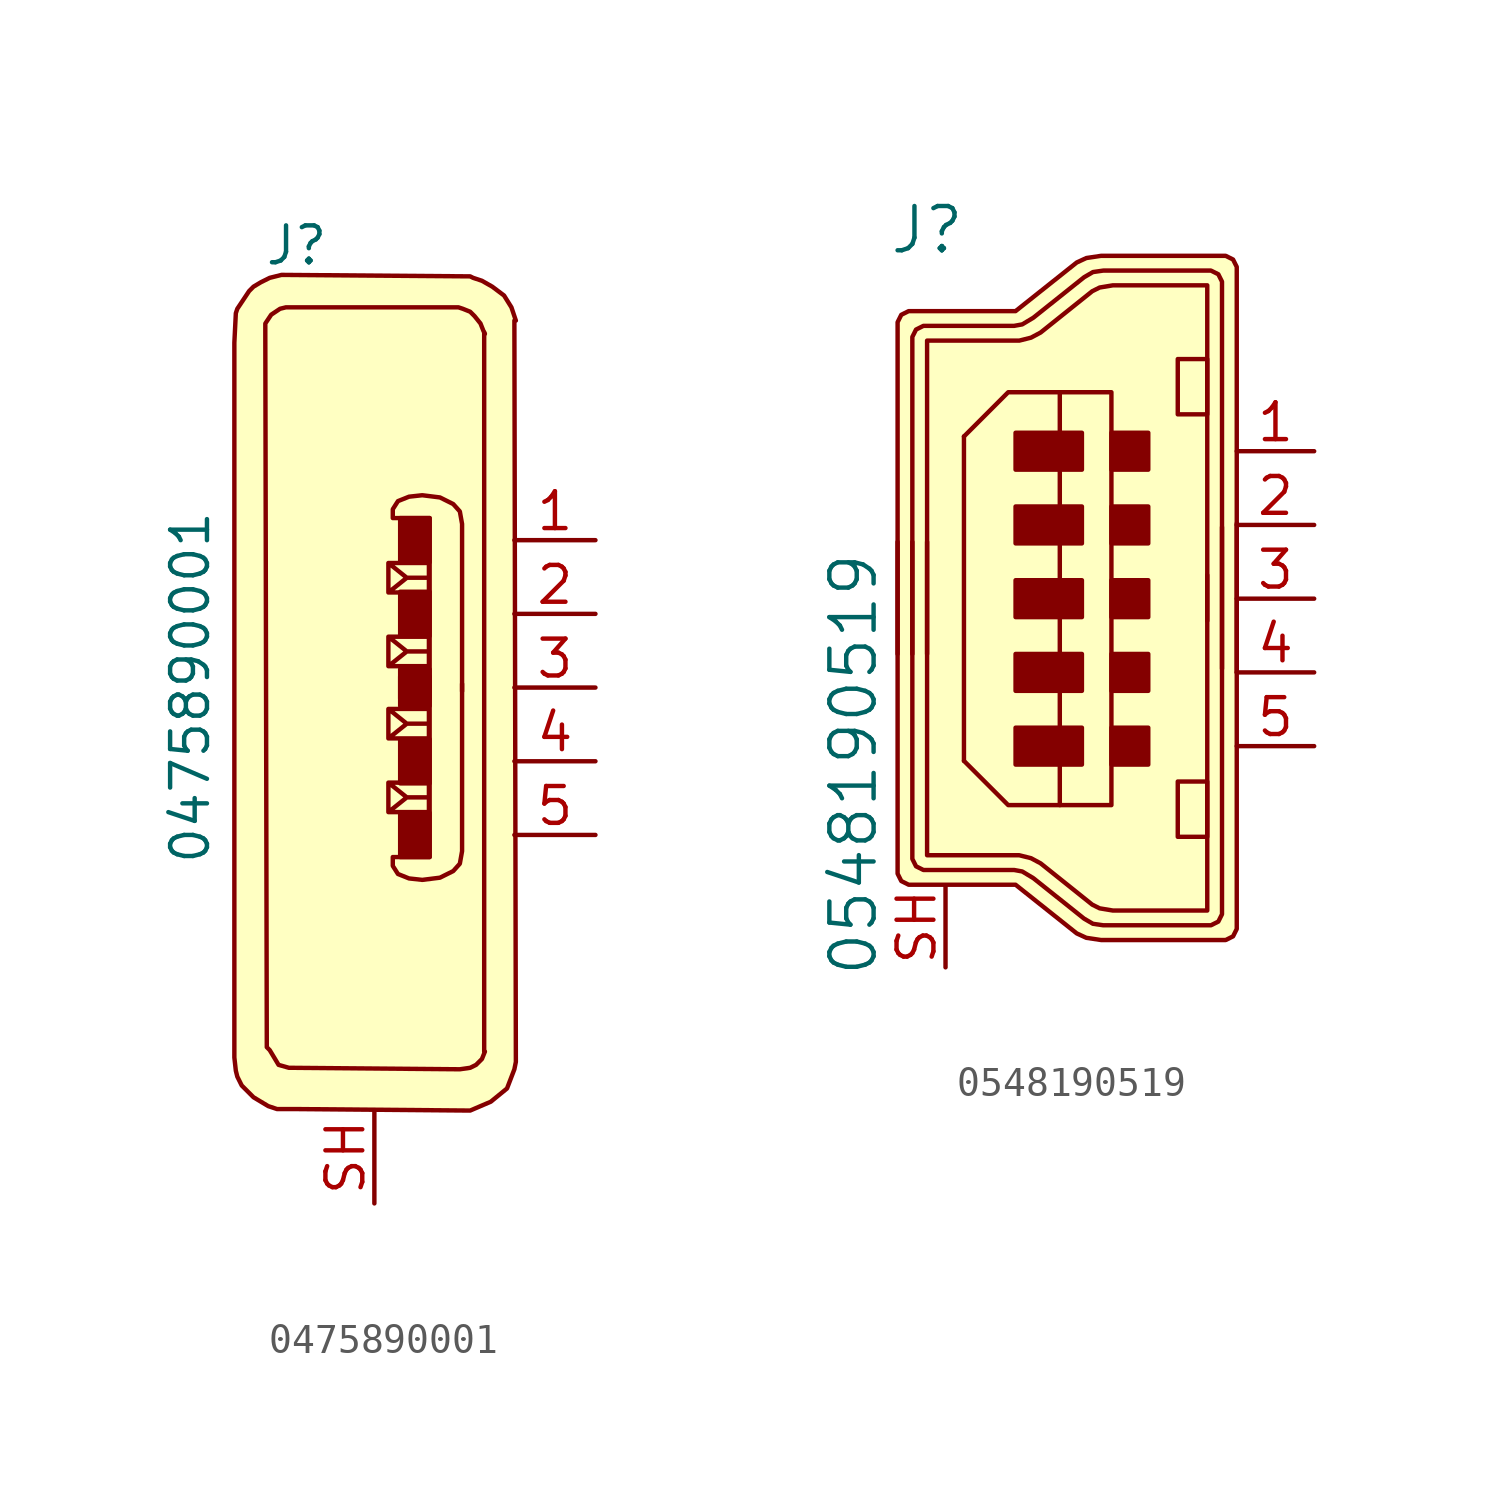
<source format=kicad_sym>
(kicad_symbol_lib
  (version 20211014)
  (generator kicad_symbol_editor)
  (symbol "0475890001"
    (pin_names
      (offset 1.016))
    (property "Reference" "J"
      (at -3.81 15.24 0)
      (effects (font (size 1.27 1.27)) (justify left)))
    (property "Value" "0475890001"
      (at -6.35 0 90)
      (effects (font (size 1.27 1.27))))
    (symbol "0475890001_0_1"
      (polyline (pts (xy 3.81 -12.548) (xy 3.708 -12.802) (xy 3.505 -13.005) (xy 3.302 -13.106) (xy 2.946 -13.157) (xy -2.946 -13.106) (xy -3.302 -13.005) (xy -3.454 -12.751) (xy -3.607 -12.497) (xy -3.708 -12.395) (xy -3.759 12.192) (xy -3.759 12.548) (xy -3.556 12.852) (xy -3.251 13.056) (xy -3.048 13.106) (xy 2.54 13.106) (xy 2.896 13.106) (xy 3.048 13.056) (xy 3.302 12.954) (xy 3.454 12.802) (xy 3.658 12.548) (xy 3.759 12.294) (xy 3.81 12.192)) (stroke (width 0) (type default) (color 0 0 0 0)) (fill (type none)))
      (polyline (pts (xy 4.877 12.649) (xy 4.724 13.106) (xy 4.47 13.513) (xy 4.064 13.818) (xy 3.708 14.021) (xy 3.404 14.122) (xy 3.302 14.173) (xy -3.2 14.224) (xy -3.607 14.122) (xy -3.912 13.97) (xy -4.166 13.818) (xy -4.318 13.665) (xy -4.521 13.36) (xy -4.724 13.056) (xy -4.775 12.903) (xy -4.826 11.887) (xy -4.826 -12.751) (xy -4.775 -13.208) (xy -4.724 -13.411) (xy -4.572 -13.716) (xy -4.166 -14.122) (xy -3.658 -14.427) (xy -3.353 -14.529) (xy -2.642 -14.529) (xy 3.302 -14.58) (xy 4.013 -14.275) (xy 4.572 -13.818) (xy 4.826 -13.157) (xy 4.877 -12.903) (xy 4.826 12.649)) (stroke (width 0) (type default) (color 0 0 0 0)) (fill (type background))))
    (symbol "0475890001_1_1"
      (polyline (pts (xy 3.785 12.243) (xy 3.785 -12.548)) (stroke (width 0) (type default) (color 0 0 0 0)) (fill (type none)))
      (polyline (pts (xy 0.483 -4.293) (xy 0.483 -3.277) (xy 1.88 -3.277) (xy 1.88 -4.293) (xy 0.483 -4.293) (xy 1.118 -3.785) (xy 0.483 -3.277) (xy 1.88 -3.277) (xy 1.88 -3.785) (xy 1.118 -3.785)) (stroke (width 0) (type default) (color 0 0 0 0)) (fill (type none)))
      (polyline (pts (xy 0.483 -1.753) (xy 0.483 -0.737) (xy 1.88 -0.737) (xy 1.88 -1.753) (xy 0.483 -1.753) (xy 1.118 -1.245) (xy 0.483 -0.737) (xy 1.88 -0.737) (xy 1.88 -1.245) (xy 1.118 -1.245)) (stroke (width 0) (type default) (color 0 0 0 0)) (fill (type none)))
      (polyline (pts (xy 0.483 1.753) (xy 0.483 0.737) (xy 1.88 0.737) (xy 1.88 1.753) (xy 0.483 1.753) (xy 1.118 1.245) (xy 0.483 0.737) (xy 1.88 0.737) (xy 1.88 1.245) (xy 1.118 1.245)) (stroke (width 0) (type default) (color 0 0 0 0)) (fill (type none)))
      (polyline (pts (xy 0.483 4.293) (xy 0.483 3.277) (xy 1.88 3.277) (xy 1.88 4.293) (xy 0.483 4.293) (xy 1.118 3.785) (xy 0.483 3.277) (xy 1.88 3.277) (xy 1.88 3.785) (xy 1.118 3.785)) (stroke (width 0) (type default) (color 0 0 0 0)) (fill (type none)))
      (polyline (pts (xy 1.905 -0.025) (xy 1.905 5.842) (xy 0.635 5.842) (xy 0.635 6.147) (xy 0.813 6.426) (xy 1.194 6.579) (xy 1.651 6.629) (xy 2.261 6.553) (xy 2.718 6.325) (xy 2.946 6.071) (xy 3.023 5.639) (xy 3.023 4.801) (xy 3.023 -0.127)) (stroke (width 0) (type default) (color 0 0 0 0)) (fill (type none)))
      (polyline (pts (xy 1.905 0.025) (xy 1.905 -5.842) (xy 0.635 -5.842) (xy 0.635 -6.147) (xy 0.813 -6.426) (xy 1.194 -6.579) (xy 1.651 -6.629) (xy 2.261 -6.553) (xy 2.718 -6.325) (xy 2.946 -6.071) (xy 3.023 -5.639) (xy 3.023 -4.801) (xy 3.023 0.127)) (stroke (width 0) (type default) (color 0 0 0 0)) (fill (type none)))
      (rectangle (start 0.889 -4.318) (end 1.905 -5.842) (stroke (width 0) (type default) (color 0 0 0 0)) (fill (type outline)))
      (rectangle (start 0.889 -3.302) (end 1.905 -1.778) (stroke (width 0) (type default) (color 0 0 0 0)) (fill (type outline)))
      (rectangle (start 0.889 -0.635) (end 1.905 0.381) (stroke (width 0) (type default) (color 0 0 0 0)) (fill (type outline)))
      (rectangle (start 0.889 0.635) (end 1.905 -0.381) (stroke (width 0) (type default) (color 0 0 0 0)) (fill (type outline)))
      (rectangle (start 0.889 3.302) (end 1.905 1.778) (stroke (width 0) (type default) (color 0 0 0 0)) (fill (type outline)))
      (rectangle (start 0.889 4.318) (end 1.905 5.842) (stroke (width 0) (type default) (color 0 0 0 0)) (fill (type outline)))
      (pin passive line (at 7.62 5.08 180) (length 2.794) (name "~" (effects (font (size 1.27 1.27)))) (number "1" (effects (font (size 1.27 1.27)))))
      (pin passive line (at 7.62 2.54 180) (length 2.794) (name "~" (effects (font (size 1.27 1.27)))) (number "2" (effects (font (size 1.27 1.27)))))
      (pin passive line (at 7.62 0 180) (length 2.794) (name "~" (effects (font (size 1.27 1.27)))) (number "3" (effects (font (size 1.27 1.27)))))
      (pin passive line (at 7.62 -2.54 180) (length 2.794) (name "~" (effects (font (size 1.27 1.27)))) (number "4" (effects (font (size 1.27 1.27)))))
      (pin passive line (at 7.62 -5.08 180) (length 2.794) (name "~" (effects (font (size 1.27 1.27)))) (number "5" (effects (font (size 1.27 1.27)))))
      (pin passive line (at 0 -17.78 90) (length 3.175) (name "~" (effects (font (size 1.27 1.27)))) (number "SH" (effects (font (size 1.27 1.27)))))))
  (symbol "0548190519"
    (pin_names
      (offset 1.016))
    (property "Reference" "J"
      (at -5.715 12.7 0)
      (effects (font (size 1.524 1.524))))
    (property "Value" "0548190519"
      (at -8.255 -5.715 90)
      (effects (font (size 1.524 1.524))))
    (symbol "0548190519_0_1"
      (rectangle (start -0.381 -5.715) (end -2.667 -4.445) (stroke (width 0) (type default) (color 0 0 0 0)) (fill (type outline)))
      (rectangle (start -0.381 -3.175) (end -2.667 -1.905) (stroke (width 0) (type default) (color 0 0 0 0)) (fill (type outline)))
      (rectangle (start -0.381 -0.635) (end -2.667 0.635) (stroke (width 0) (type default) (color 0 0 0 0)) (fill (type outline)))
      (rectangle (start -0.381 1.905) (end -2.667 3.175) (stroke (width 0) (type default) (color 0 0 0 0)) (fill (type outline)))
      (rectangle (start -0.381 4.445) (end -2.667 5.715) (stroke (width 0) (type default) (color 0 0 0 0)) (fill (type outline)))
      (polyline (pts (xy -4.445 5.588) (xy -4.445 -5.588)) (stroke (width 0) (type default) (color 0 0 0 0)) (fill (type none)))
      (polyline (pts (xy -4.445 -5.588) (xy -2.921 -7.112) (xy -1.143 -7.112)) (stroke (width 0) (type default) (color 0 0 0 0)) (fill (type none)))
      (polyline (pts (xy -4.445 5.588) (xy -2.921 7.112) (xy -1.143 7.112)) (stroke (width 0) (type default) (color 0 0 0 0)) (fill (type none)))
      (polyline (pts (xy 3.937 -0.762) (xy 3.937 10.795) (xy 0.686 10.795) (xy 0.229 10.719) (xy -0.025 10.592) (xy -1.803 9.169) (xy -2.134 8.992) (xy -2.54 8.89) (xy -5.715 8.89) (xy -5.715 -1.905)) (stroke (width 0) (type default) (color 0 0 0 0)) (fill (type none)))
      (polyline (pts (xy 3.937 0.813) (xy 3.937 -10.744) (xy 0.686 -10.744) (xy 0.229 -10.668) (xy -0.025 -10.541) (xy -1.803 -9.119) (xy -2.134 -8.941) (xy -2.54 -8.839) (xy -5.715 -8.839) (xy -5.715 1.956)) (stroke (width 0) (type default) (color 0 0 0 0)) (fill (type none)))
      (polyline (pts (xy 4.953 -2.54) (xy 4.953 11.176) (xy 4.953 11.43) (xy 4.826 11.684) (xy 4.572 11.811) (xy 4.318 11.811) (xy 0.279 11.811) (xy -0.229 11.735) (xy -0.559 11.582) (xy -2.667 9.906) (xy -6.096 9.906) (xy -6.35 9.906) (xy -6.604 9.779) (xy -6.731 9.525) (xy -6.731 9.271) (xy -6.731 -1.905)) (stroke (width 0) (type default) (color 0 0 0 0)) (fill (type background)))
      (polyline (pts (xy 4.953 2.591) (xy 4.953 -11.125) (xy 4.953 -11.379) (xy 4.826 -11.633) (xy 4.572 -11.76) (xy 4.318 -11.76) (xy 0.279 -11.76) (xy -0.229 -11.684) (xy -0.559 -11.532) (xy -2.667 -9.855) (xy -6.096 -9.855) (xy -6.35 -9.855) (xy -6.604 -9.728) (xy -6.731 -9.474) (xy -6.731 -9.22) (xy -6.731 1.956)) (stroke (width 0) (type default) (color 0 0 0 0)) (fill (type background)))
      (polyline (pts (xy 4.445 -2.413) (xy 4.445 10.668) (xy 4.445 10.922) (xy 4.318 11.176) (xy 4.064 11.303) (xy 3.81 11.303) (xy 0.356 11.303) (xy 0 11.252) (xy -0.305 11.074) (xy -2.057 9.677) (xy -2.438 9.449) (xy -2.718 9.398) (xy -5.588 9.398) (xy -5.842 9.398) (xy -6.096 9.271) (xy -6.223 9.017) (xy -6.223 8.763) (xy -6.223 -1.905)) (stroke (width 0) (type default) (color 0 0 0 0)) (fill (type none)))
      (polyline (pts (xy 4.445 2.464) (xy 4.445 -10.617) (xy 4.445 -10.871) (xy 4.318 -11.125) (xy 4.064 -11.252) (xy 3.81 -11.252) (xy 0.356 -11.252) (xy 0 -11.201) (xy -0.305 -11.024) (xy -2.057 -9.627) (xy -2.438 -9.398) (xy -2.718 -9.347) (xy -5.588 -9.347) (xy -5.842 -9.347) (xy -6.096 -9.22) (xy -6.223 -8.966) (xy -6.223 -8.712) (xy -6.223 1.956)) (stroke (width 0) (type default) (color 0 0 0 0)) (fill (type none)))
      (rectangle (start 0.635 -7.112) (end -1.143 7.112) (stroke (width 0) (type default) (color 0 0 0 0)) (fill (type none)))
      (rectangle (start 1.905 -4.445) (end 0.635 -5.715) (stroke (width 0) (type default) (color 0 0 0 0)) (fill (type outline)))
      (rectangle (start 1.905 -1.905) (end 0.635 -3.175) (stroke (width 0) (type default) (color 0 0 0 0)) (fill (type outline)))
      (rectangle (start 1.905 0.635) (end 0.635 -0.635) (stroke (width 0) (type default) (color 0 0 0 0)) (fill (type outline)))
      (rectangle (start 1.905 3.175) (end 0.635 1.905) (stroke (width 0) (type default) (color 0 0 0 0)) (fill (type outline)))
      (rectangle (start 1.905 5.715) (end 0.635 4.445) (stroke (width 0) (type default) (color 0 0 0 0)) (fill (type outline)))
      (rectangle (start 2.921 -8.204) (end 3.937 -6.299) (stroke (width 0) (type default) (color 0 0 0 0)) (fill (type none)))
      (rectangle (start 2.921 8.255) (end 3.937 6.35) (stroke (width 0) (type default) (color 0 0 0 0)) (fill (type none))))
    (symbol "0548190519_1_1"
      (pin passive line (at 7.62 5.08 180) (length 2.667) (name "~" (effects (font (size 1.27 1.27)))) (number "1" (effects (font (size 1.27 1.27)))))
      (pin passive line (at 7.62 2.54 180) (length 2.667) (name "~" (effects (font (size 1.27 1.27)))) (number "2" (effects (font (size 1.27 1.27)))))
      (pin passive line (at 7.62 0 180) (length 2.667) (name "~" (effects (font (size 1.27 1.27)))) (number "3" (effects (font (size 1.27 1.27)))))
      (pin passive line (at 7.62 -2.54 180) (length 2.667) (name "~" (effects (font (size 1.27 1.27)))) (number "4" (effects (font (size 1.27 1.27)))))
      (pin passive line (at 7.62 -5.08 180) (length 2.667) (name "~" (effects (font (size 1.27 1.27)))) (number "5" (effects (font (size 1.27 1.27)))))
      (pin passive line (at -5.08 -12.7 90) (length 2.794) (name "~" (effects (font (size 1.27 1.27)))) (number "SH" (effects (font (size 1.27 1.27))))))))
</source>
